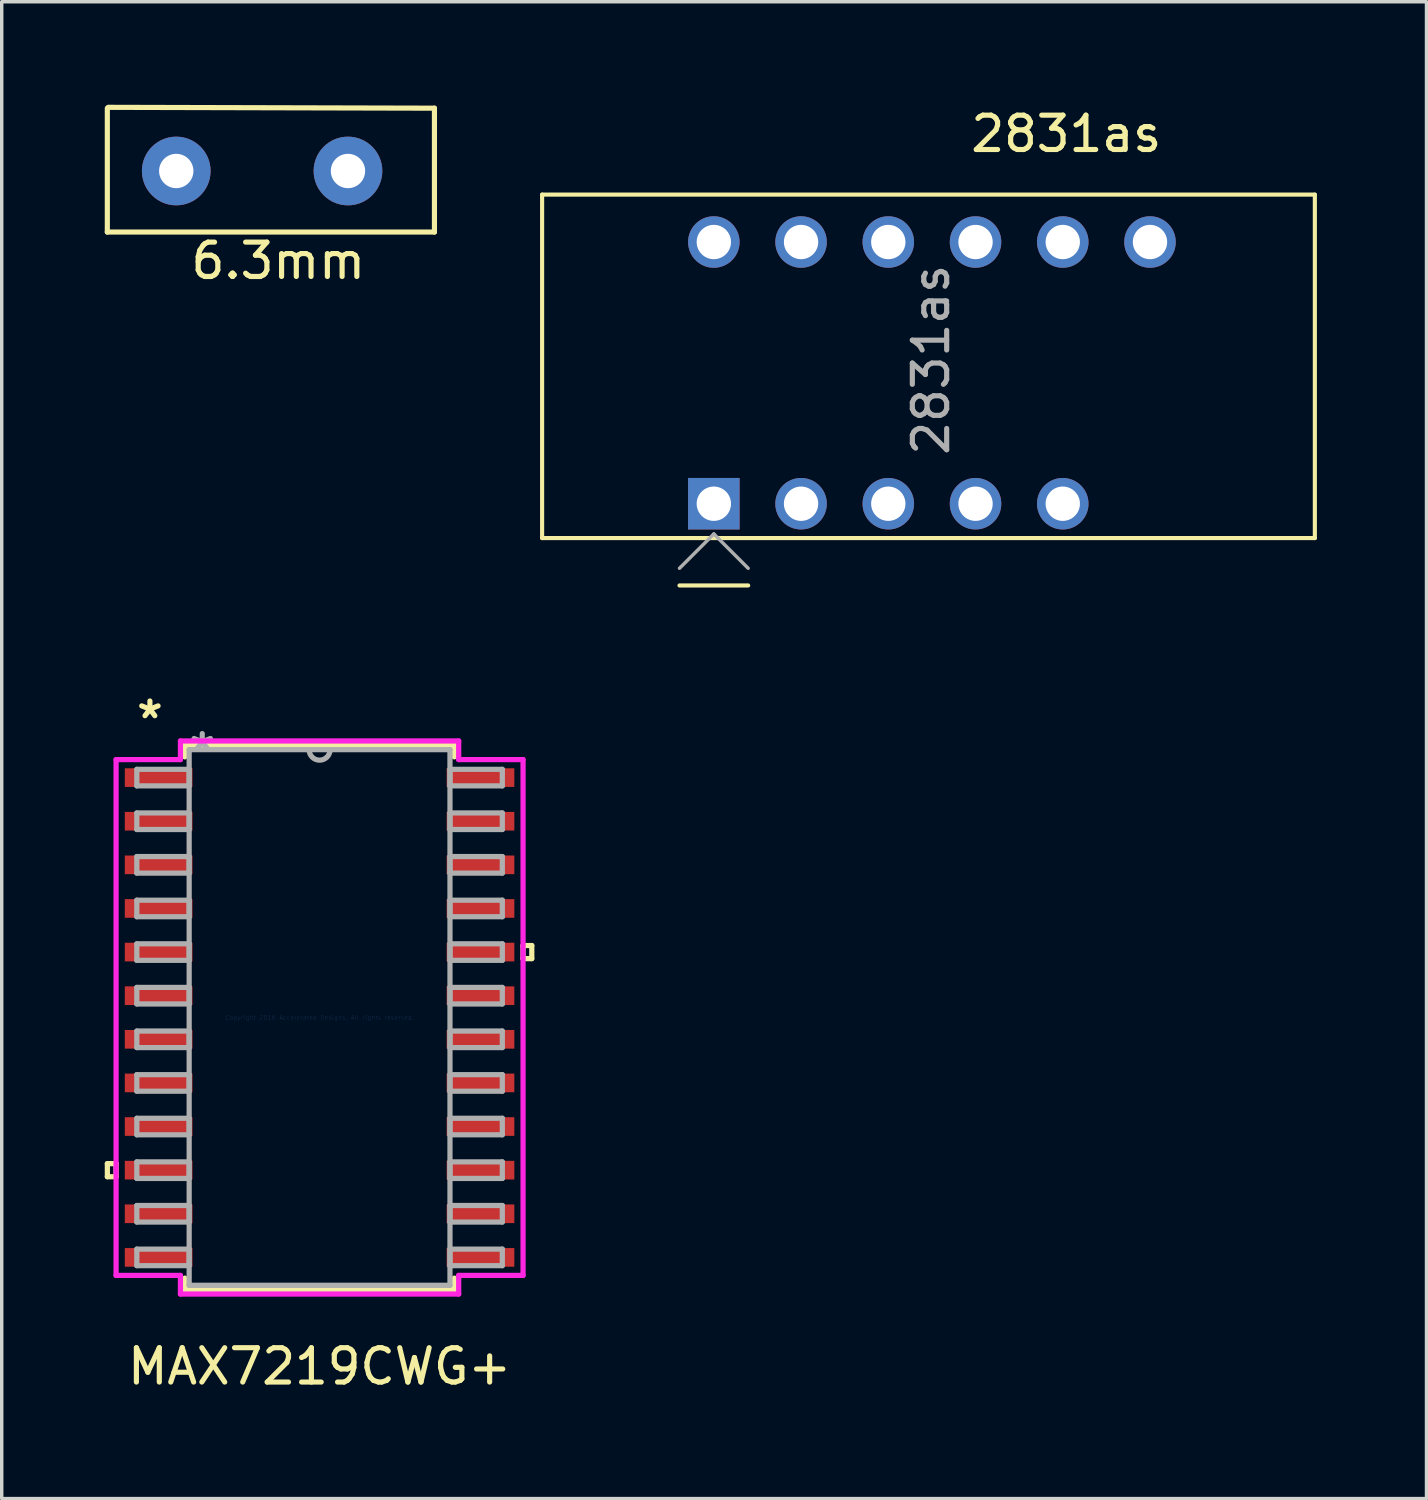
<source format=kicad_pcb>
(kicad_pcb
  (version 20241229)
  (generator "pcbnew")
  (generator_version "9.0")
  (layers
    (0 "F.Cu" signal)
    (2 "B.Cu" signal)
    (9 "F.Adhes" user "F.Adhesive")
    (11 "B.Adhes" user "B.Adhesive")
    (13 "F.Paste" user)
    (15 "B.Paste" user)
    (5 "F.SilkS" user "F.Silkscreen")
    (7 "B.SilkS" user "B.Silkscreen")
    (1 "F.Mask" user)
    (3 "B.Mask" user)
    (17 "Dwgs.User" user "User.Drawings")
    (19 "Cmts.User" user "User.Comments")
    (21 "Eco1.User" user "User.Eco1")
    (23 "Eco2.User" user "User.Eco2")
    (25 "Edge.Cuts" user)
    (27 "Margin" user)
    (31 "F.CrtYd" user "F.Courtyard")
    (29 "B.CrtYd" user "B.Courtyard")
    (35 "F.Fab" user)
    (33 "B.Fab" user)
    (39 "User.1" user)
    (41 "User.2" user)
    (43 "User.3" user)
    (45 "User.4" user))
  (footprint "6.3mm"
    (layer "F.Cu")
    (at 2.082 1.929)
    (property "Reference" "6.3mm" (at 2.972 2.616 0) (layer "F.SilkS") (effects (font (size 1 1) (thickness 0.15))))
    (attr through_hole)
    (fp_line (start -2.007 1.778) (end -2.007 -1.829) (stroke (width 0.15) (type solid)) (layer "F.SilkS"))
    (fp_line (start -1.981 -1.854) (end 7.518 -1.829) (stroke (width 0.15) (type solid)) (layer "F.SilkS"))
    (fp_line (start 7.518 -1.829) (end 7.518 1.778) (stroke (width 0.15) (type solid)) (layer "F.SilkS"))
    (fp_line (start 7.518 1.778) (end -2.007 1.778) (stroke (width 0.15) (type solid)) (layer "F.SilkS"))
    (pad "1" thru_hole circle (at 0 0) (size 2 2) (drill 1) (layers "*.Cu" "*.Mask"))
    (pad "1" thru_hole circle (at 5 0) (size 2 2) (drill 1) (layers "*.Cu" "*.Mask")))
  (footprint "2831as"
    (layer "F.Cu")
    (at 35.236 2.636)
    (property "Reference" "2831as" (at -7.239 -1.788 0) (layer "F.SilkS") (effects (font (size 1 1) (thickness 0.15))))
    (attr through_hole)
    (fp_line (start -22.501 -0.019) (end -0.001 -0.019) (stroke (width 0.12) (type solid)) (layer "F.SilkS"))
    (fp_line (start -22.501 9.981) (end -22.501 -0.019) (stroke (width 0.12) (type solid)) (layer "F.SilkS"))
    (fp_line (start -22.501 9.981) (end -0.001 9.981) (stroke (width 0.12) (type solid)) (layer "F.SilkS"))
    (fp_line (start -18.501 11.361) (end -16.501 11.361) (stroke (width 0.12) (type solid)) (layer "F.SilkS"))
    (fp_line (start -0.001 9.981) (end -0.001 -0.019) (stroke (width 0.12) (type solid)) (layer "F.SilkS"))
    (fp_line (start -17.501 9.861) (end -18.501 10.861) (stroke (width 0.1) (type solid)) (layer "F.Fab"))
    (fp_line (start -16.501 10.861) (end -17.501 9.861) (stroke (width 0.1) (type solid)) (layer "F.Fab"))
    (fp_text user "${REFERENCE}" (at -11.176 4.79 90) (layer "F.Fab") (effects (font (size 1 1) (thickness 0.15))))
    (pad "1" thru_hole rect (at -17.501 8.981 90) (size 1.5 1.5) (drill 1) (layers "*.Cu" "*.Mask"))
    (pad "2" thru_hole circle (at -14.961 8.981 90) (size 1.5 1.5) (drill 1) (layers "*.Cu" "*.Mask"))
    (pad "3" thru_hole circle (at -12.421 8.981 90) (size 1.5 1.5) (drill 1) (layers "*.Cu" "*.Mask"))
    (pad "4" thru_hole circle (at -9.881 8.981 90) (size 1.5 1.5) (drill 1) (layers "*.Cu" "*.Mask"))
    (pad "5" thru_hole circle (at -7.341 8.981 90) (size 1.5 1.5) (drill 1) (layers "*.Cu" "*.Mask"))
    (pad "7" thru_hole circle (at -4.801 1.361 90) (size 1.5 1.5) (drill 1) (layers "*.Cu" "*.Mask"))
    (pad "8" thru_hole circle (at -7.341 1.361 90) (size 1.5 1.5) (drill 1) (layers "*.Cu" "*.Mask"))
    (pad "9" thru_hole circle (at -9.881 1.361 90) (size 1.5 1.5) (drill 1) (layers "*.Cu" "*.Mask"))
    (pad "10" thru_hole circle (at -12.421 1.361 90) (size 1.5 1.5) (drill 1) (layers "*.Cu" "*.Mask"))
    (pad "11" thru_hole circle (at -14.961 1.361 90) (size 1.5 1.5) (drill 1) (layers "*.Cu" "*.Mask"))
    (pad "12" thru_hole circle (at -17.501 1.361 90) (size 1.5 1.5) (drill 1) (layers "*.Cu" "*.Mask")))
  (footprint "MAX7219CWG+"
    (layer "F.Cu")
    (at 6.255 26.577)
    (property "Reference" "MAX7219CWG+" (at 0 10.16 180) (layer "F.SilkS") (effects (font (size 1 1) (thickness 0.15))))
    (attr through_hole)
    (fp_line (start -6.179 4.255) (end -6.179 4.636) (stroke (width 0.152) (type solid)) (layer "F.SilkS"))
    (fp_line (start -6.179 4.636) (end -5.925 4.636) (stroke (width 0.152) (type solid)) (layer "F.SilkS"))
    (fp_line (start -5.925 4.255) (end -6.179 4.255) (stroke (width 0.152) (type solid)) (layer "F.SilkS"))
    (fp_line (start -5.925 4.636) (end -5.925 4.255) (stroke (width 0.152) (type solid)) (layer "F.SilkS"))
    (fp_line (start -3.924 -7.925) (end -3.924 -7.589) (stroke (width 0.152) (type solid)) (layer "F.SilkS"))
    (fp_line (start -3.924 7.589) (end -3.924 7.925) (stroke (width 0.152) (type solid)) (layer "F.SilkS"))
    (fp_line (start -3.924 7.925) (end 3.924 7.925) (stroke (width 0.152) (type solid)) (layer "F.SilkS"))
    (fp_line (start 3.924 -7.925) (end -3.924 -7.925) (stroke (width 0.152) (type solid)) (layer "F.SilkS"))
    (fp_line (start 3.924 -7.589) (end 3.924 -7.925) (stroke (width 0.152) (type solid)) (layer "F.SilkS"))
    (fp_line (start 3.924 7.925) (end 3.924 7.589) (stroke (width 0.152) (type solid)) (layer "F.SilkS"))
    (fp_line (start 5.925 -2.095) (end 6.179 -2.095) (stroke (width 0.152) (type solid)) (layer "F.SilkS"))
    (fp_line (start 5.925 -1.714) (end 5.925 -2.095) (stroke (width 0.152) (type solid)) (layer "F.SilkS"))
    (fp_line (start 6.179 -2.095) (end 6.179 -1.714) (stroke (width 0.152) (type solid)) (layer "F.SilkS"))
    (fp_line (start 6.179 -1.714) (end 5.925 -1.714) (stroke (width 0.152) (type solid)) (layer "F.SilkS"))
    (fp_line (start -5.925 -7.51) (end -4.051 -7.51) (stroke (width 0.152) (type solid)) (layer "F.CrtYd"))
    (fp_line (start -5.925 7.51) (end -5.925 -7.51) (stroke (width 0.152) (type solid)) (layer "F.CrtYd"))
    (fp_line (start -4.051 -8.052) (end 4.051 -8.052) (stroke (width 0.152) (type solid)) (layer "F.CrtYd"))
    (fp_line (start -4.051 -7.51) (end -4.051 -8.052) (stroke (width 0.152) (type solid)) (layer "F.CrtYd"))
    (fp_line (start -4.051 7.51) (end -5.925 7.51) (stroke (width 0.152) (type solid)) (layer "F.CrtYd"))
    (fp_line (start -4.051 8.052) (end -4.051 7.51) (stroke (width 0.152) (type solid)) (layer "F.CrtYd"))
    (fp_line (start 4.051 -8.052) (end 4.051 -7.51) (stroke (width 0.152) (type solid)) (layer "F.CrtYd"))
    (fp_line (start 4.051 -7.51) (end 5.925 -7.51) (stroke (width 0.152) (type solid)) (layer "F.CrtYd"))
    (fp_line (start 4.051 7.51) (end 4.051 8.052) (stroke (width 0.152) (type solid)) (layer "F.CrtYd"))
    (fp_line (start 4.051 8.052) (end -4.051 8.052) (stroke (width 0.152) (type solid)) (layer "F.CrtYd"))
    (fp_line (start 5.925 -7.51) (end 5.925 7.51) (stroke (width 0.152) (type solid)) (layer "F.CrtYd"))
    (fp_line (start 5.925 7.51) (end 4.051 7.51) (stroke (width 0.152) (type solid)) (layer "F.CrtYd"))
    (fp_line (start -5.321 -7.226) (end -5.321 -6.744) (stroke (width 0.152) (type solid)) (layer "F.Fab"))
    (fp_line (start -5.321 -6.744) (end -3.797 -6.744) (stroke (width 0.152) (type solid)) (layer "F.Fab"))
    (fp_line (start -5.321 -5.956) (end -5.321 -5.474) (stroke (width 0.152) (type solid)) (layer "F.Fab"))
    (fp_line (start -5.321 -5.474) (end -3.797 -5.474) (stroke (width 0.152) (type solid)) (layer "F.Fab"))
    (fp_line (start -5.321 -4.686) (end -5.321 -4.204) (stroke (width 0.152) (type solid)) (layer "F.Fab"))
    (fp_line (start -5.321 -4.204) (end -3.797 -4.204) (stroke (width 0.152) (type solid)) (layer "F.Fab"))
    (fp_line (start -5.321 -3.416) (end -5.321 -2.934) (stroke (width 0.152) (type solid)) (layer "F.Fab"))
    (fp_line (start -5.321 -2.934) (end -3.797 -2.934) (stroke (width 0.152) (type solid)) (layer "F.Fab"))
    (fp_line (start -5.321 -2.146) (end -5.321 -1.664) (stroke (width 0.152) (type solid)) (layer "F.Fab"))
    (fp_line (start -5.321 -1.664) (end -3.797 -1.664) (stroke (width 0.152) (type solid)) (layer "F.Fab"))
    (fp_line (start -5.321 -0.876) (end -5.321 -0.394) (stroke (width 0.152) (type solid)) (layer "F.Fab"))
    (fp_line (start -5.321 -0.394) (end -3.797 -0.394) (stroke (width 0.152) (type solid)) (layer "F.Fab"))
    (fp_line (start -5.321 0.394) (end -5.321 0.876) (stroke (width 0.152) (type solid)) (layer "F.Fab"))
    (fp_line (start -5.321 0.876) (end -3.797 0.876) (stroke (width 0.152) (type solid)) (layer "F.Fab"))
    (fp_line (start -5.321 1.664) (end -5.321 2.146) (stroke (width 0.152) (type solid)) (layer "F.Fab"))
    (fp_line (start -5.321 2.146) (end -3.797 2.146) (stroke (width 0.152) (type solid)) (layer "F.Fab"))
    (fp_line (start -5.321 2.934) (end -5.321 3.416) (stroke (width 0.152) (type solid)) (layer "F.Fab"))
    (fp_line (start -5.321 3.416) (end -3.797 3.416) (stroke (width 0.152) (type solid)) (layer "F.Fab"))
    (fp_line (start -5.321 4.204) (end -5.321 4.686) (stroke (width 0.152) (type solid)) (layer "F.Fab"))
    (fp_line (start -5.321 4.686) (end -3.797 4.686) (stroke (width 0.152) (type solid)) (layer "F.Fab"))
    (fp_line (start -5.321 5.474) (end -5.321 5.956) (stroke (width 0.152) (type solid)) (layer "F.Fab"))
    (fp_line (start -5.321 5.956) (end -3.797 5.956) (stroke (width 0.152) (type solid)) (layer "F.Fab"))
    (fp_line (start -5.321 6.744) (end -5.321 7.226) (stroke (width 0.152) (type solid)) (layer "F.Fab"))
    (fp_line (start -5.321 7.226) (end -3.797 7.226) (stroke (width 0.152) (type solid)) (layer "F.Fab"))
    (fp_line (start -3.797 -7.798) (end -3.797 7.798) (stroke (width 0.152) (type solid)) (layer "F.Fab"))
    (fp_line (start -3.797 -7.226) (end -5.321 -7.226) (stroke (width 0.152) (type solid)) (layer "F.Fab"))
    (fp_line (start -3.797 -6.744) (end -3.797 -7.226) (stroke (width 0.152) (type solid)) (layer "F.Fab"))
    (fp_line (start -3.797 -5.956) (end -5.321 -5.956) (stroke (width 0.152) (type solid)) (layer "F.Fab"))
    (fp_line (start -3.797 -5.474) (end -3.797 -5.956) (stroke (width 0.152) (type solid)) (layer "F.Fab"))
    (fp_line (start -3.797 -4.686) (end -5.321 -4.686) (stroke (width 0.152) (type solid)) (layer "F.Fab"))
    (fp_line (start -3.797 -4.204) (end -3.797 -4.686) (stroke (width 0.152) (type solid)) (layer "F.Fab"))
    (fp_line (start -3.797 -3.416) (end -5.321 -3.416) (stroke (width 0.152) (type solid)) (layer "F.Fab"))
    (fp_line (start -3.797 -2.934) (end -3.797 -3.416) (stroke (width 0.152) (type solid)) (layer "F.Fab"))
    (fp_line (start -3.797 -2.146) (end -5.321 -2.146) (stroke (width 0.152) (type solid)) (layer "F.Fab"))
    (fp_line (start -3.797 -1.664) (end -3.797 -2.146) (stroke (width 0.152) (type solid)) (layer "F.Fab"))
    (fp_line (start -3.797 -0.876) (end -5.321 -0.876) (stroke (width 0.152) (type solid)) (layer "F.Fab"))
    (fp_line (start -3.797 -0.394) (end -3.797 -0.876) (stroke (width 0.152) (type solid)) (layer "F.Fab"))
    (fp_line (start -3.797 0.394) (end -5.321 0.394) (stroke (width 0.152) (type solid)) (layer "F.Fab"))
    (fp_line (start -3.797 0.876) (end -3.797 0.394) (stroke (width 0.152) (type solid)) (layer "F.Fab"))
    (fp_line (start -3.797 1.664) (end -5.321 1.664) (stroke (width 0.152) (type solid)) (layer "F.Fab"))
    (fp_line (start -3.797 2.146) (end -3.797 1.664) (stroke (width 0.152) (type solid)) (layer "F.Fab"))
    (fp_line (start -3.797 2.934) (end -5.321 2.934) (stroke (width 0.152) (type solid)) (layer "F.Fab"))
    (fp_line (start -3.797 3.416) (end -3.797 2.934) (stroke (width 0.152) (type solid)) (layer "F.Fab"))
    (fp_line (start -3.797 4.204) (end -5.321 4.204) (stroke (width 0.152) (type solid)) (layer "F.Fab"))
    (fp_line (start -3.797 4.686) (end -3.797 4.204) (stroke (width 0.152) (type solid)) (layer "F.Fab"))
    (fp_line (start -3.797 5.474) (end -5.321 5.474) (stroke (width 0.152) (type solid)) (layer "F.Fab"))
    (fp_line (start -3.797 5.956) (end -3.797 5.474) (stroke (width 0.152) (type solid)) (layer "F.Fab"))
    (fp_line (start -3.797 6.744) (end -5.321 6.744) (stroke (width 0.152) (type solid)) (layer "F.Fab"))
    (fp_line (start -3.797 7.226) (end -3.797 6.744) (stroke (width 0.152) (type solid)) (layer "F.Fab"))
    (fp_line (start -3.797 7.798) (end 3.797 7.798) (stroke (width 0.152) (type solid)) (layer "F.Fab"))
    (fp_line (start 3.797 -7.798) (end -3.797 -7.798) (stroke (width 0.152) (type solid)) (layer "F.Fab"))
    (fp_line (start 3.797 -7.226) (end 3.797 -6.744) (stroke (width 0.152) (type solid)) (layer "F.Fab"))
    (fp_line (start 3.797 -6.744) (end 5.321 -6.744) (stroke (width 0.152) (type solid)) (layer "F.Fab"))
    (fp_line (start 3.797 -5.956) (end 3.797 -5.474) (stroke (width 0.152) (type solid)) (layer "F.Fab"))
    (fp_line (start 3.797 -5.474) (end 5.321 -5.474) (stroke (width 0.152) (type solid)) (layer "F.Fab"))
    (fp_line (start 3.797 -4.686) (end 3.797 -4.204) (stroke (width 0.152) (type solid)) (layer "F.Fab"))
    (fp_line (start 3.797 -4.204) (end 5.321 -4.204) (stroke (width 0.152) (type solid)) (layer "F.Fab"))
    (fp_line (start 3.797 -3.416) (end 3.797 -2.934) (stroke (width 0.152) (type solid)) (layer "F.Fab"))
    (fp_line (start 3.797 -2.934) (end 5.321 -2.934) (stroke (width 0.152) (type solid)) (layer "F.Fab"))
    (fp_line (start 3.797 -2.146) (end 3.797 -1.664) (stroke (width 0.152) (type solid)) (layer "F.Fab"))
    (fp_line (start 3.797 -1.664) (end 5.321 -1.664) (stroke (width 0.152) (type solid)) (layer "F.Fab"))
    (fp_line (start 3.797 -0.876) (end 3.797 -0.394) (stroke (width 0.152) (type solid)) (layer "F.Fab"))
    (fp_line (start 3.797 -0.394) (end 5.321 -0.394) (stroke (width 0.152) (type solid)) (layer "F.Fab"))
    (fp_line (start 3.797 0.394) (end 3.797 0.876) (stroke (width 0.152) (type solid)) (layer "F.Fab"))
    (fp_line (start 3.797 0.876) (end 5.321 0.876) (stroke (width 0.152) (type solid)) (layer "F.Fab"))
    (fp_line (start 3.797 1.664) (end 3.797 2.146) (stroke (width 0.152) (type solid)) (layer "F.Fab"))
    (fp_line (start 3.797 2.146) (end 5.321 2.146) (stroke (width 0.152) (type solid)) (layer "F.Fab"))
    (fp_line (start 3.797 2.934) (end 3.797 3.416) (stroke (width 0.152) (type solid)) (layer "F.Fab"))
    (fp_line (start 3.797 3.416) (end 5.321 3.416) (stroke (width 0.152) (type solid)) (layer "F.Fab"))
    (fp_line (start 3.797 4.204) (end 3.797 4.686) (stroke (width 0.152) (type solid)) (layer "F.Fab"))
    (fp_line (start 3.797 4.686) (end 5.321 4.686) (stroke (width 0.152) (type solid)) (layer "F.Fab"))
    (fp_line (start 3.797 5.474) (end 3.797 5.956) (stroke (width 0.152) (type solid)) (layer "F.Fab"))
    (fp_line (start 3.797 5.956) (end 5.321 5.956) (stroke (width 0.152) (type solid)) (layer "F.Fab"))
    (fp_line (start 3.797 6.744) (end 3.797 7.226) (stroke (width 0.152) (type solid)) (layer "F.Fab"))
    (fp_line (start 3.797 7.226) (end 5.321 7.226) (stroke (width 0.152) (type solid)) (layer "F.Fab"))
    (fp_line (start 3.797 7.798) (end 3.797 -7.798) (stroke (width 0.152) (type solid)) (layer "F.Fab"))
    (fp_line (start 5.321 -7.226) (end 3.797 -7.226) (stroke (width 0.152) (type solid)) (layer "F.Fab"))
    (fp_line (start 5.321 -6.744) (end 5.321 -7.226) (stroke (width 0.152) (type solid)) (layer "F.Fab"))
    (fp_line (start 5.321 -5.956) (end 3.797 -5.956) (stroke (width 0.152) (type solid)) (layer "F.Fab"))
    (fp_line (start 5.321 -5.474) (end 5.321 -5.956) (stroke (width 0.152) (type solid)) (layer "F.Fab"))
    (fp_line (start 5.321 -4.686) (end 3.797 -4.686) (stroke (width 0.152) (type solid)) (layer "F.Fab"))
    (fp_line (start 5.321 -4.204) (end 5.321 -4.686) (stroke (width 0.152) (type solid)) (layer "F.Fab"))
    (fp_line (start 5.321 -3.416) (end 3.797 -3.416) (stroke (width 0.152) (type solid)) (layer "F.Fab"))
    (fp_line (start 5.321 -2.934) (end 5.321 -3.416) (stroke (width 0.152) (type solid)) (layer "F.Fab"))
    (fp_line (start 5.321 -2.146) (end 3.797 -2.146) (stroke (width 0.152) (type solid)) (layer "F.Fab"))
    (fp_line (start 5.321 -1.664) (end 5.321 -2.146) (stroke (width 0.152) (type solid)) (layer "F.Fab"))
    (fp_line (start 5.321 -0.876) (end 3.797 -0.876) (stroke (width 0.152) (type solid)) (layer "F.Fab"))
    (fp_line (start 5.321 -0.394) (end 5.321 -0.876) (stroke (width 0.152) (type solid)) (layer "F.Fab"))
    (fp_line (start 5.321 0.394) (end 3.797 0.394) (stroke (width 0.152) (type solid)) (layer "F.Fab"))
    (fp_line (start 5.321 0.876) (end 5.321 0.394) (stroke (width 0.152) (type solid)) (layer "F.Fab"))
    (fp_line (start 5.321 1.664) (end 3.797 1.664) (stroke (width 0.152) (type solid)) (layer "F.Fab"))
    (fp_line (start 5.321 2.146) (end 5.321 1.664) (stroke (width 0.152) (type solid)) (layer "F.Fab"))
    (fp_line (start 5.321 2.934) (end 3.797 2.934) (stroke (width 0.152) (type solid)) (layer "F.Fab"))
    (fp_line (start 5.321 3.416) (end 5.321 2.934) (stroke (width 0.152) (type solid)) (layer "F.Fab"))
    (fp_line (start 5.321 4.204) (end 3.797 4.204) (stroke (width 0.152) (type solid)) (layer "F.Fab"))
    (fp_line (start 5.321 4.686) (end 5.321 4.204) (stroke (width 0.152) (type solid)) (layer "F.Fab"))
    (fp_line (start 5.321 5.474) (end 3.797 5.474) (stroke (width 0.152) (type solid)) (layer "F.Fab"))
    (fp_line (start 5.321 5.956) (end 5.321 5.474) (stroke (width 0.152) (type solid)) (layer "F.Fab"))
    (fp_line (start 5.321 6.744) (end 3.797 6.744) (stroke (width 0.152) (type solid)) (layer "F.Fab"))
    (fp_line (start 5.321 7.226) (end 5.321 6.744) (stroke (width 0.152) (type solid)) (layer "F.Fab"))
    (fp_arc (start 0.3048 -7.7978) (mid 0 -7.493) (end -0.3048 -7.7978) (stroke (width 0.1524) (type solid)) (layer "F.Fab"))
    (fp_text user "*" (at -4.94 -8.671 0) (layer "F.SilkS") (effects (font (size 1 1) (thickness 0.15))))
    (fp_text user "Copyright 2016 Accelerated Designs. All rights reserved." (at 0 0 0) (layer "Cmts.User") (effects (font (size 0.127 0.127) (thickness 0.002))))
    (fp_text user "*" (at -3.416 -7.722 0) (layer "F.Fab") (effects (font (size 1 1) (thickness 0.15))))
    (pad "1" smd rect (at -4.686 -6.985) (size 1.97 0.543) (layers "F.Cu" "F.Mask" "F.Paste"))
    (pad "2" smd rect (at -4.686 -5.715) (size 1.97 0.543) (layers "F.Cu" "F.Mask" "F.Paste"))
    (pad "3" smd rect (at -4.686 -4.445) (size 1.97 0.543) (layers "F.Cu" "F.Mask" "F.Paste"))
    (pad "4" smd rect (at -4.686 -3.175) (size 1.97 0.543) (layers "F.Cu" "F.Mask" "F.Paste"))
    (pad "5" smd rect (at -4.686 -1.905) (size 1.97 0.543) (layers "F.Cu" "F.Mask" "F.Paste"))
    (pad "6" smd rect (at -4.686 -0.635) (size 1.97 0.543) (layers "F.Cu" "F.Mask" "F.Paste"))
    (pad "7" smd rect (at -4.686 0.635) (size 1.97 0.543) (layers "F.Cu" "F.Mask" "F.Paste"))
    (pad "8" smd rect (at -4.686 1.905) (size 1.97 0.543) (layers "F.Cu" "F.Mask" "F.Paste"))
    (pad "9" smd rect (at -4.686 3.175) (size 1.97 0.543) (layers "F.Cu" "F.Mask" "F.Paste"))
    (pad "10" smd rect (at -4.686 4.445) (size 1.97 0.543) (layers "F.Cu" "F.Mask" "F.Paste"))
    (pad "11" smd rect (at -4.686 5.715) (size 1.97 0.543) (layers "F.Cu" "F.Mask" "F.Paste"))
    (pad "12" smd rect (at -4.686 6.985) (size 1.97 0.543) (layers "F.Cu" "F.Mask" "F.Paste"))
    (pad "13" smd rect (at 4.686 6.985) (size 1.97 0.543) (layers "F.Cu" "F.Mask" "F.Paste"))
    (pad "14" smd rect (at 4.686 5.715) (size 1.97 0.543) (layers "F.Cu" "F.Mask" "F.Paste"))
    (pad "15" smd rect (at 4.686 4.445) (size 1.97 0.543) (layers "F.Cu" "F.Mask" "F.Paste"))
    (pad "16" smd rect (at 4.686 3.175) (size 1.97 0.543) (layers "F.Cu" "F.Mask" "F.Paste"))
    (pad "17" smd rect (at 4.686 1.905) (size 1.97 0.543) (layers "F.Cu" "F.Mask" "F.Paste"))
    (pad "18" smd rect (at 4.686 0.635) (size 1.97 0.543) (layers "F.Cu" "F.Mask" "F.Paste"))
    (pad "19" smd rect (at 4.686 -0.635) (size 1.97 0.543) (layers "F.Cu" "F.Mask" "F.Paste"))
    (pad "20" smd rect (at 4.686 -1.905) (size 1.97 0.543) (layers "F.Cu" "F.Mask" "F.Paste"))
    (pad "21" smd rect (at 4.686 -3.175) (size 1.97 0.543) (layers "F.Cu" "F.Mask" "F.Paste"))
    (pad "22" smd rect (at 4.686 -4.445) (size 1.97 0.543) (layers "F.Cu" "F.Mask" "F.Paste"))
    (pad "23" smd rect (at 4.686 -5.715) (size 1.97 0.543) (layers "F.Cu" "F.Mask" "F.Paste"))
    (pad "24" smd rect (at 4.686 -6.985) (size 1.97 0.543) (layers "F.Cu" "F.Mask" "F.Paste")))
  (gr_rect
    (start -3 -3)
    (end 38.486 40.585)
    (stroke (width 0.1) (type default))
    (fill no)
    (layer "Edge.Cuts")))
</source>
